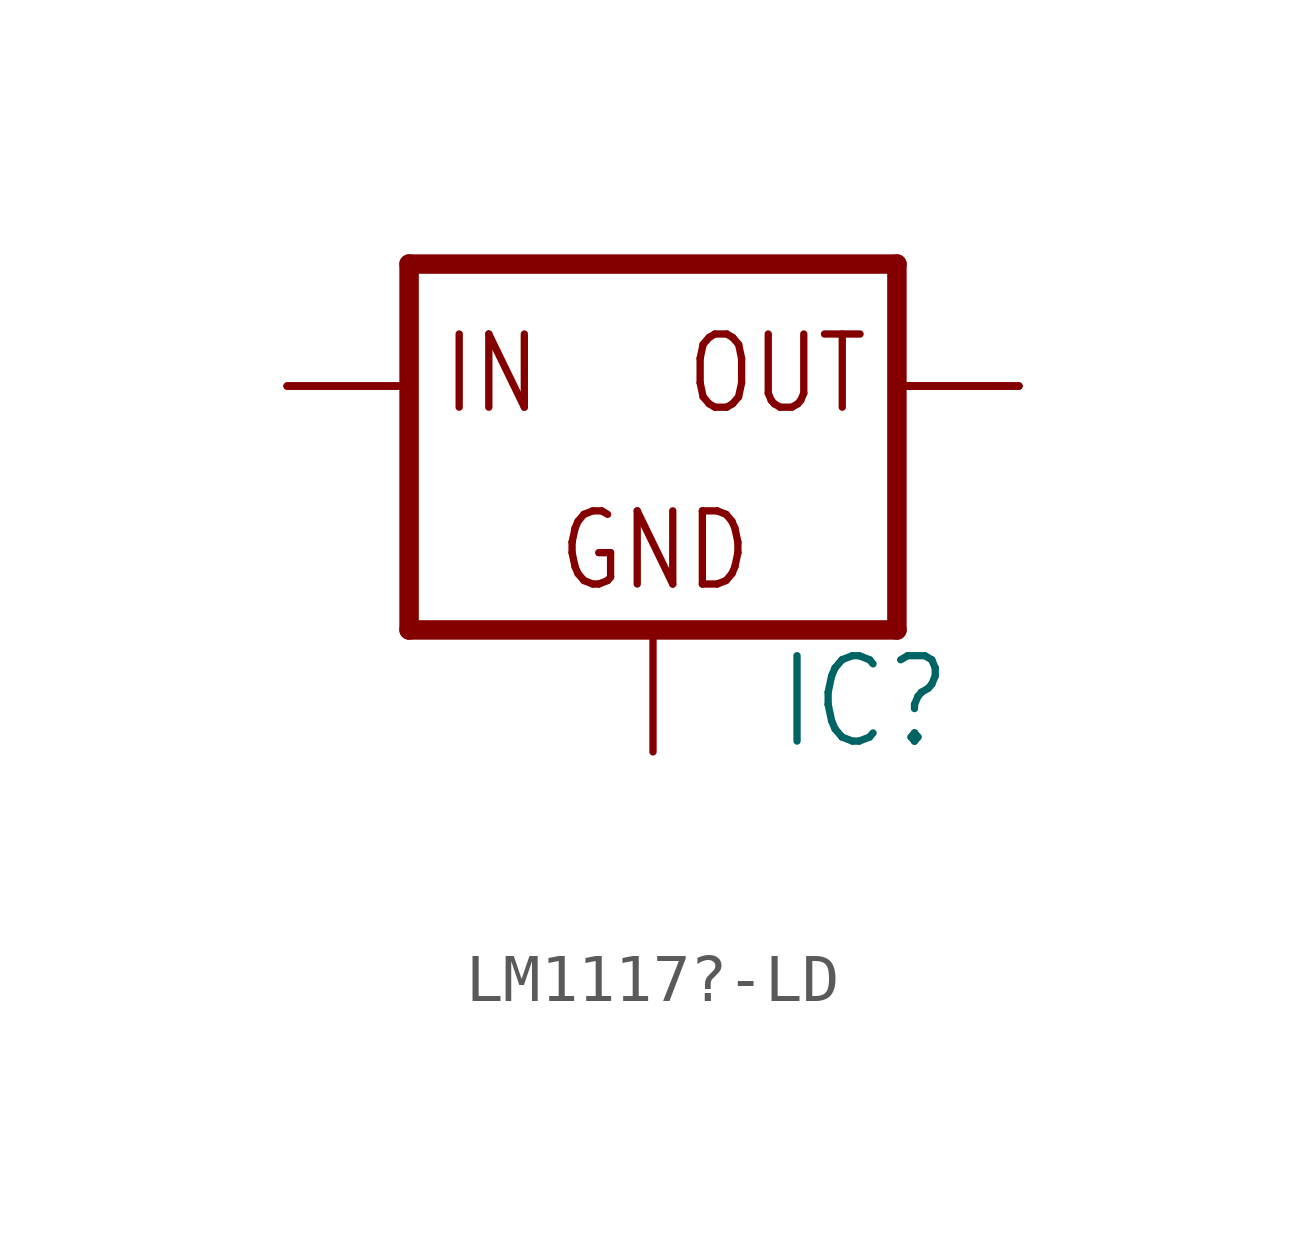
<source format=kicad_sym>
(kicad_symbol_lib
  (version 20231120)
  (generator "kicad_symbol_editor")
  (generator_version "8.0")
  (symbol "LM1117?-LD"
    (property "Reference" "IC"
      (at 2.54 -7.62 0)
      (effects (font (size 1.778 1.511)) (justify left bottom)))
    (property "Value" ""
      (at 2.54 -10.16 0)
      (effects (font (size 1.778 1.511)) (justify left bottom)))
    (property "ki_locked" ""
      (at 0 0 0)
      (effects (font (size 1.27 1.27))))
    (symbol "LM1117?-LD_1_0"
      (polyline (pts (xy -5.08 -5.08) (xy 5.08 -5.08)) (stroke (width 0.406) (type solid)) (fill (type none)))
      (polyline (pts (xy -5.08 2.54) (xy -5.08 -5.08)) (stroke (width 0.406) (type solid)) (fill (type none)))
      (polyline (pts (xy 5.08 -5.08) (xy 5.08 2.54)) (stroke (width 0.406) (type solid)) (fill (type none)))
      (polyline (pts (xy 5.08 2.54) (xy -5.08 2.54)) (stroke (width 0.406) (type solid)) (fill (type none)))
      (text "GND" (at -2.032 -4.318 0) (effects (font (size 1.524 1.295)) (justify left bottom)))
      (text "IN" (at -4.445 -0.635 0) (effects (font (size 1.524 1.295)) (justify left bottom)))
      (text "OUT" (at 0.635 -0.635 0) (effects (font (size 1.524 1.295)) (justify left bottom)))
      (pin input line (at 0 -7.62 90) (length 2.54) (name "GND" (effects (font (size 0 0)))) (number "1" (effects (font (size 0 0)))))
      (pin input line (at -7.62 0 0) (length 2.54) (name "IN" (effects (font (size 0 0)))) (number "2" (effects (font (size 0 0)))))
      (pin input line (at -7.62 0 0) (length 2.54) (name "IN" (effects (font (size 0 0)))) (number "3" (effects (font (size 0 0)))))
      (pin input line (at -7.62 0 0) (length 2.54) (name "IN" (effects (font (size 0 0)))) (number "4" (effects (font (size 0 0)))))
      (pin passive line (at 7.62 0 180) (length 2.54) (name "OUT" (effects (font (size 0 0)))) (number "5" (effects (font (size 0 0)))))
      (pin passive line (at 7.62 0 180) (length 2.54) (name "OUT" (effects (font (size 0 0)))) (number "6" (effects (font (size 0 0)))))
      (pin passive line (at 7.62 0 180) (length 2.54) (name "OUT" (effects (font (size 0 0)))) (number "7" (effects (font (size 0 0)))))
      (pin passive line (at 7.62 0 180) (length 2.54) (name "OUT" (effects (font (size 0 0)))) (number "EXP" (effects (font (size 0 0))))))))
</source>
